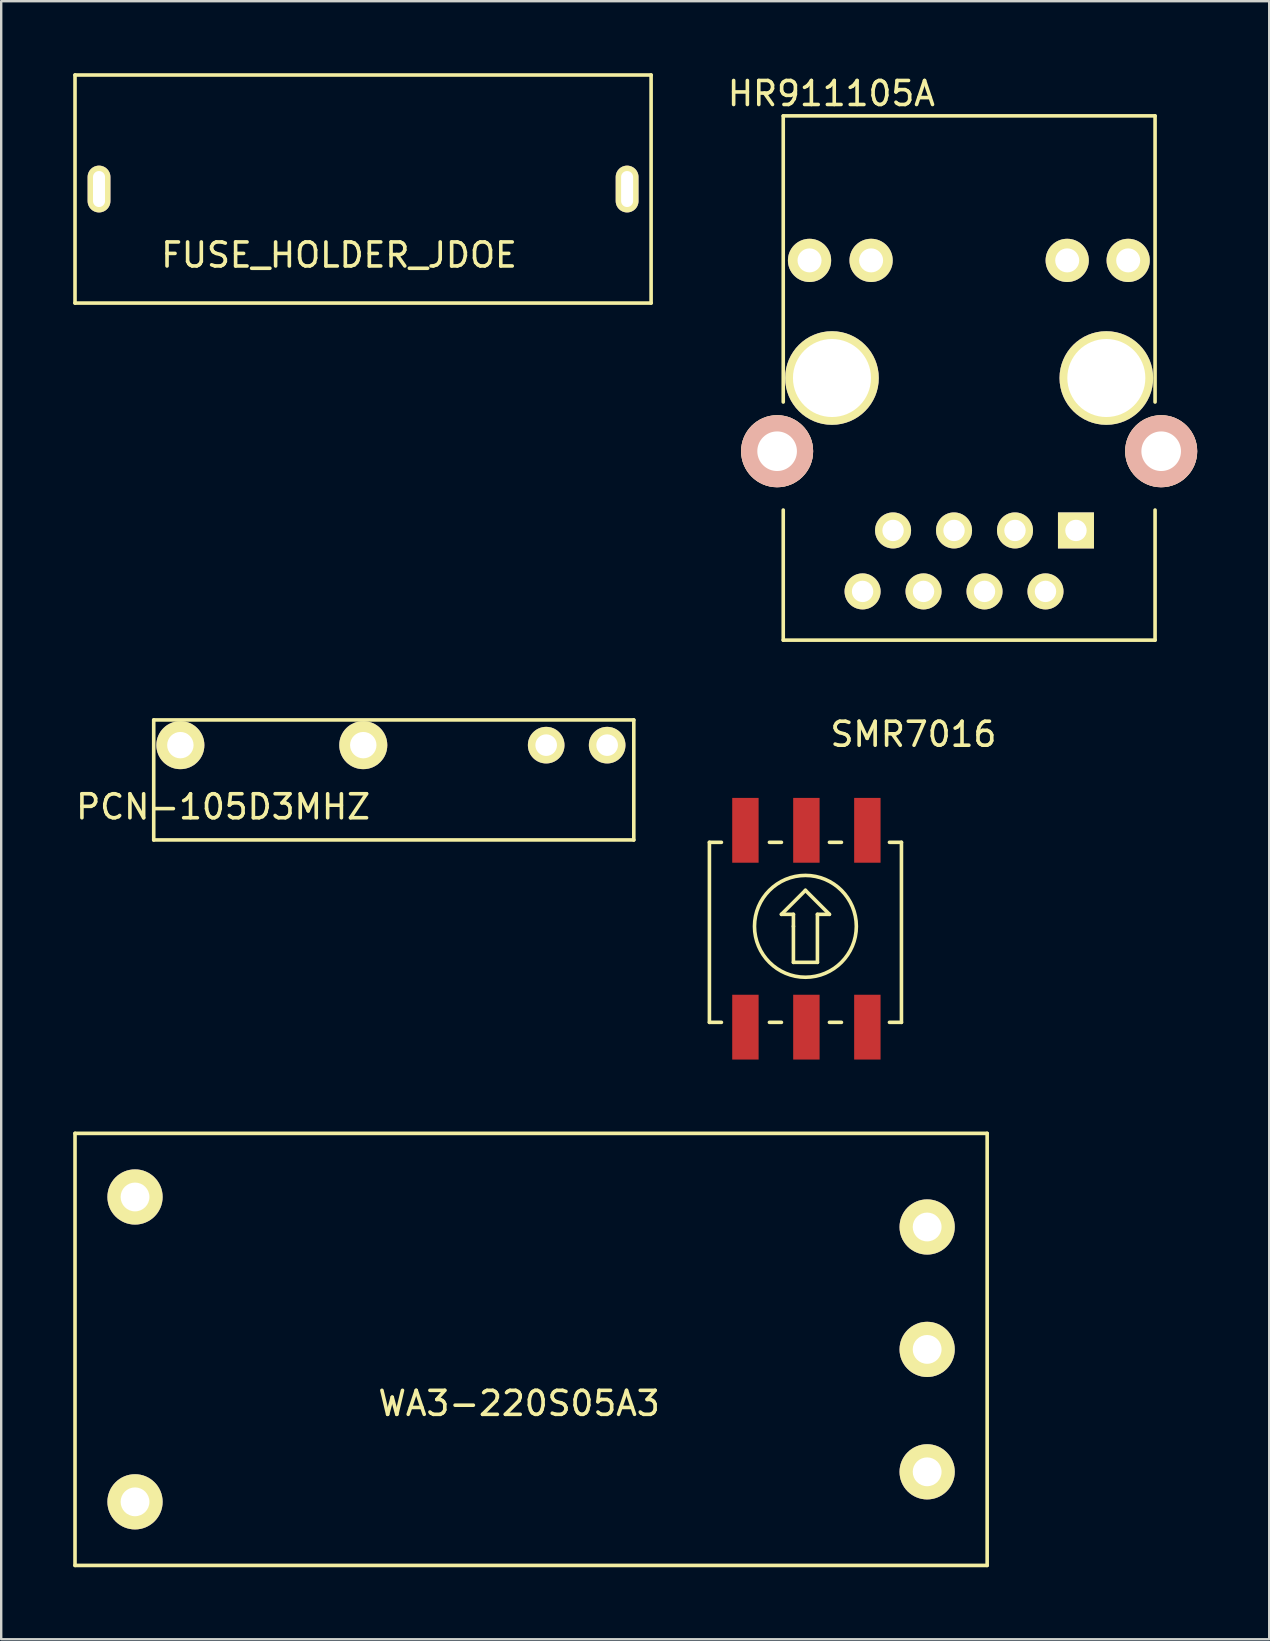
<source format=kicad_pcb>
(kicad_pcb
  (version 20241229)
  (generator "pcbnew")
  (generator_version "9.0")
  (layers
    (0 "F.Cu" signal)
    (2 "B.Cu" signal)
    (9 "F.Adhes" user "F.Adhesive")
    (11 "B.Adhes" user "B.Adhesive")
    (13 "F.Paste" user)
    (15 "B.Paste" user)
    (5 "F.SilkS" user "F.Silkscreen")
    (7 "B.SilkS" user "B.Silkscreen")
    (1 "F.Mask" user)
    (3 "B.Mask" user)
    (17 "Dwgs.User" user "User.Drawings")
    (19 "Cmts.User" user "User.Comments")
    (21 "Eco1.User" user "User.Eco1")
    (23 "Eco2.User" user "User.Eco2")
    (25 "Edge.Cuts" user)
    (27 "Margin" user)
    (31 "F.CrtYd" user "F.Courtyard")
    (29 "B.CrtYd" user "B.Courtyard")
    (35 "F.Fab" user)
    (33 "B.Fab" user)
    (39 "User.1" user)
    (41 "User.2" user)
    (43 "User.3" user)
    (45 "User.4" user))
  (footprint "SMR7016"
    (layer "F.Cu")
    (at 30.504 35.541)
    (property "Reference" "SMR7016" (at 4.5 -8 0) (layer "F.SilkS") (effects (font (size 1 1) (thickness 0.15))))
    (attr through_hole)
    (fp_line (start -4 -3.5) (end -3.5 -3.5) (stroke (width 0.15) (type solid)) (layer "F.SilkS"))
    (fp_line (start -4 4) (end -4 -3.5) (stroke (width 0.15) (type solid)) (layer "F.SilkS"))
    (fp_line (start -3.5 4) (end -4 4) (stroke (width 0.15) (type solid)) (layer "F.SilkS"))
    (fp_line (start -1.5 -3.5) (end -1 -3.5) (stroke (width 0.15) (type solid)) (layer "F.SilkS"))
    (fp_line (start -1 -0.5) (end 0 -1.5) (stroke (width 0.15) (type solid)) (layer "F.SilkS"))
    (fp_line (start -1 4) (end -1.5 4) (stroke (width 0.15) (type solid)) (layer "F.SilkS"))
    (fp_line (start -0.5 -0.5) (end -1 -0.5) (stroke (width 0.15) (type solid)) (layer "F.SilkS"))
    (fp_line (start -0.5 0) (end -0.5 -0.5) (stroke (width 0.15) (type solid)) (layer "F.SilkS"))
    (fp_line (start -0.5 1.5) (end -0.5 0) (stroke (width 0.15) (type solid)) (layer "F.SilkS"))
    (fp_line (start 0 -1.5) (end 1 -0.5) (stroke (width 0.15) (type solid)) (layer "F.SilkS"))
    (fp_line (start 0.5 -0.5) (end 0.5 1.5) (stroke (width 0.15) (type solid)) (layer "F.SilkS"))
    (fp_line (start 0.5 1.5) (end -0.5 1.5) (stroke (width 0.15) (type solid)) (layer "F.SilkS"))
    (fp_line (start 1 -3.5) (end 1.5 -3.5) (stroke (width 0.15) (type solid)) (layer "F.SilkS"))
    (fp_line (start 1 -0.5) (end 0.5 -0.5) (stroke (width 0.15) (type solid)) (layer "F.SilkS"))
    (fp_line (start 1.5 4) (end 1 4) (stroke (width 0.15) (type solid)) (layer "F.SilkS"))
    (fp_line (start 3.5 -3.5) (end 4 -3.5) (stroke (width 0.15) (type solid)) (layer "F.SilkS"))
    (fp_line (start 4 -3.5) (end 4 4) (stroke (width 0.15) (type solid)) (layer "F.SilkS"))
    (fp_line (start 4 4) (end 3.5 4) (stroke (width 0.15) (type solid)) (layer "F.SilkS"))
    (fp_circle (center 0 0) (end -1.5 1.5) (stroke (width 0.15) (type solid)) (fill no) (layer "F.SilkS"))
    (pad "1" smd rect (at 0.04 -4) (size 1.1 2.7) (layers "F.Cu" "F.Mask" "F.Paste"))
    (pad "2" smd rect (at 2.58 -4) (size 1.1 2.7) (layers "F.Cu" "F.Mask" "F.Paste"))
    (pad "3" smd rect (at -2.5 -4) (size 1.1 2.7) (layers "F.Cu" "F.Mask" "F.Paste"))
    (pad "4" smd rect (at 2.58 4.2) (size 1.1 2.7) (layers "F.Cu" "F.Mask" "F.Paste"))
    (pad "5" smd rect (at -2.5 4.2) (size 1.1 2.7) (layers "F.Cu" "F.Mask" "F.Paste"))
    (pad "6" smd rect (at 0.04 4.2) (size 1.1 2.7) (layers "F.Cu" "F.Mask" "F.Paste")))
  (footprint "PCN-105D3MHZ"
    (layer "F.Cu")
    (at 13.354 26.943)
    (property "Reference" "PCN-105D3MHZ" (at -7.11 3.62 0) (layer "F.SilkS") (effects (font (size 1 1) (thickness 0.15))))
    (attr through_hole)
    (fp_line (start -10 0) (end -10 5) (stroke (width 0.15) (type solid)) (layer "F.SilkS"))
    (fp_line (start -10 0) (end 10 0) (stroke (width 0.15) (type solid)) (layer "F.SilkS"))
    (fp_line (start -10 5) (end 10 5) (stroke (width 0.15) (type solid)) (layer "F.SilkS"))
    (fp_line (start 10 0) (end 10 5) (stroke (width 0.15) (type solid)) (layer "F.SilkS"))
    (pad "1" thru_hole circle (at 8.89 1.05) (size 1.524 1.524) (drill 0.9) (layers "*.Cu" "*.Mask" "F.SilkS"))
    (pad "2" thru_hole circle (at 6.35 1.05) (size 1.524 1.524) (drill 0.9) (layers "*.Cu" "*.Mask" "F.SilkS"))
    (pad "3" thru_hole circle (at -1.27 1.05) (size 2 2) (drill 1.1) (layers "*.Cu" "*.Mask" "F.SilkS"))
    (pad "4" thru_hole circle (at -8.89 1.05) (size 2 2) (drill 1.1) (layers "*.Cu" "*.Mask" "F.SilkS")))
  (footprint "FUSE_HOLDER_JDOE"
    (layer "F.Cu")
    (at 12.075 4.825)
    (property "Reference" "FUSE_HOLDER_JDOE" (at -1 2.75 0) (layer "F.SilkS") (effects (font (size 1 1) (thickness 0.15))))
    (attr through_hole)
    (fp_line (start -12 -4.75) (end -12 4.75) (stroke (width 0.15) (type solid)) (layer "F.SilkS"))
    (fp_line (start -12 -4.75) (end 12 -4.75) (stroke (width 0.15) (type solid)) (layer "F.SilkS"))
    (fp_line (start -12 4.75) (end 12 4.75) (stroke (width 0.15) (type solid)) (layer "F.SilkS"))
    (fp_line (start 12 -4.75) (end 12 4.75) (stroke (width 0.15) (type solid)) (layer "F.SilkS"))
    (pad "1" thru_hole oval (at -11 0) (size 0.95 1.95) (drill oval 0.5 1.5) (layers "*.Cu" "*.Mask" "F.SilkS"))
    (pad "2" thru_hole oval (at 11 0) (size 0.95 1.95) (drill oval 0.5 1.5) (layers "*.Cu" "*.Mask" "F.SilkS")))
  (footprint "WA3-220S05A3"
    (layer "F.Cu")
    (at 19.075 53.166)
    (property "Reference" "WA3-220S05A3" (at -0.5 2.25 0) (layer "F.SilkS") (effects (font (size 1 1) (thickness 0.15))))
    (attr through_hole)
    (fp_line (start -19 -9) (end -19 9) (stroke (width 0.15) (type solid)) (layer "F.SilkS"))
    (fp_line (start -19 -9) (end 19 -9) (stroke (width 0.15) (type solid)) (layer "F.SilkS"))
    (fp_line (start -19 9) (end 19 9) (stroke (width 0.15) (type solid)) (layer "F.SilkS"))
    (fp_line (start 19 -9) (end 19 9) (stroke (width 0.15) (type solid)) (layer "F.SilkS"))
    (pad "1" thru_hole circle (at -16.5 6.35) (size 2.3 2.3) (drill 1.2) (layers "*.Cu" "*.Mask" "F.SilkS"))
    (pad "2" thru_hole circle (at -16.5 -6.35) (size 2.3 2.3) (drill 1.2) (layers "*.Cu" "*.Mask" "F.SilkS"))
    (pad "3" thru_hole circle (at 16.5 -5.1) (size 2.3 2.3) (drill 1.2) (layers "*.Cu" "*.Mask" "F.SilkS"))
    (pad "4" thru_hole circle (at 16.5 0) (size 2.3 2.3) (drill 1.2) (layers "*.Cu" "*.Mask" "F.SilkS"))
    (pad "5" thru_hole circle (at 16.5 5.1) (size 2.3 2.3) (drill 1.2) (layers "*.Cu" "*.Mask" "F.SilkS")))
  (footprint "HR911105A"
    (layer "F.Cu")
    (at 37.325 12.698)
    (property "Reference" "HR911105A" (at -5.74 -11.85 0) (layer "F.SilkS") (effects (font (size 1 1) (thickness 0.15))))
    (attr through_hole)
    (fp_line (start -7.745 -10.92) (end 7.745 -10.92) (stroke (width 0.15) (type solid)) (layer "F.SilkS"))
    (fp_line (start -7.745 1) (end -7.745 -10.92) (stroke (width 0.15) (type solid)) (layer "F.SilkS"))
    (fp_line (start -7.745 10.92) (end -7.745 5.5) (stroke (width 0.15) (type solid)) (layer "F.SilkS"))
    (fp_line (start -7.745 10.92) (end 7.745 10.92) (stroke (width 0.15) (type solid)) (layer "F.SilkS"))
    (fp_line (start 7.745 1) (end 7.745 -10.92) (stroke (width 0.15) (type solid)) (layer "F.SilkS"))
    (fp_line (start 7.745 10.92) (end 7.745 5.5) (stroke (width 0.15) (type solid)) (layer "F.SilkS"))
    (pad "" np_thru_hole circle (at -5.715 0) (size 3.9 3.9) (drill 3.25) (layers "*.Cu" "*.Mask" "F.SilkS"))
    (pad "" np_thru_hole circle (at 5.715 0) (size 3.9 3.9) (drill 3.25) (layers "*.Cu" "*.Mask" "F.SilkS"))
    (pad "1" thru_hole rect (at 4.45 6.35) (size 1.5 1.5) (drill 0.89) (layers "*.Cu" "*.Mask" "F.SilkS"))
    (pad "2" thru_hole circle (at 3.18 8.89) (size 1.5 1.5) (drill 0.89) (layers "*.Cu" "*.Mask" "F.SilkS"))
    (pad "3" thru_hole circle (at 1.91 6.35) (size 1.5 1.5) (drill 0.89) (layers "*.Cu" "*.Mask" "F.SilkS"))
    (pad "4" thru_hole circle (at 0.64 8.89) (size 1.5 1.5) (drill 0.89) (layers "*.Cu" "*.Mask" "F.SilkS"))
    (pad "5" thru_hole circle (at -0.63 6.35) (size 1.5 1.5) (drill 0.89) (layers "*.Cu" "*.Mask" "F.SilkS"))
    (pad "6" thru_hole circle (at -1.9 8.89) (size 1.5 1.5) (drill 0.89) (layers "*.Cu" "*.Mask" "F.SilkS"))
    (pad "7" thru_hole circle (at -3.17 6.35) (size 1.5 1.5) (drill 0.89) (layers "*.Cu" "*.Mask" "F.SilkS"))
    (pad "8" thru_hole circle (at -4.44 8.89) (size 1.5 1.5) (drill 0.89) (layers "*.Cu" "*.Mask" "F.SilkS"))
    (pad "9" thru_hole circle (at 6.625 -4.9) (size 1.8 1.8) (drill 1) (layers "*.Cu" "*.Mask" "F.SilkS"))
    (pad "10" thru_hole circle (at 4.085 -4.9) (size 1.8 1.8) (drill 1) (layers "*.Cu" "*.Mask" "F.SilkS"))
    (pad "11" thru_hole circle (at -4.085 -4.9) (size 1.8 1.8) (drill 1) (layers "*.Cu" "*.Mask" "F.SilkS"))
    (pad "12" thru_hole circle (at -6.65 -4.9) (size 1.8 1.8) (drill 1) (layers "*.Cu" "*.Mask" "F.SilkS"))
    (pad "CHS" thru_hole circle (at -8 3.05) (size 3 3) (drill 1.65) (layers "*.Cu" "*.SilkS" "*.Mask"))
    (pad "CHS" thru_hole circle (at 8 3.05) (size 3 3) (drill 1.65) (layers "*.Cu" "*.SilkS" "*.Mask")))
  (gr_rect
    (start -3 -3)
    (end 49.825 65.242)
    (stroke (width 0.1) (type default))
    (fill no)
    (layer "Edge.Cuts")))
</source>
